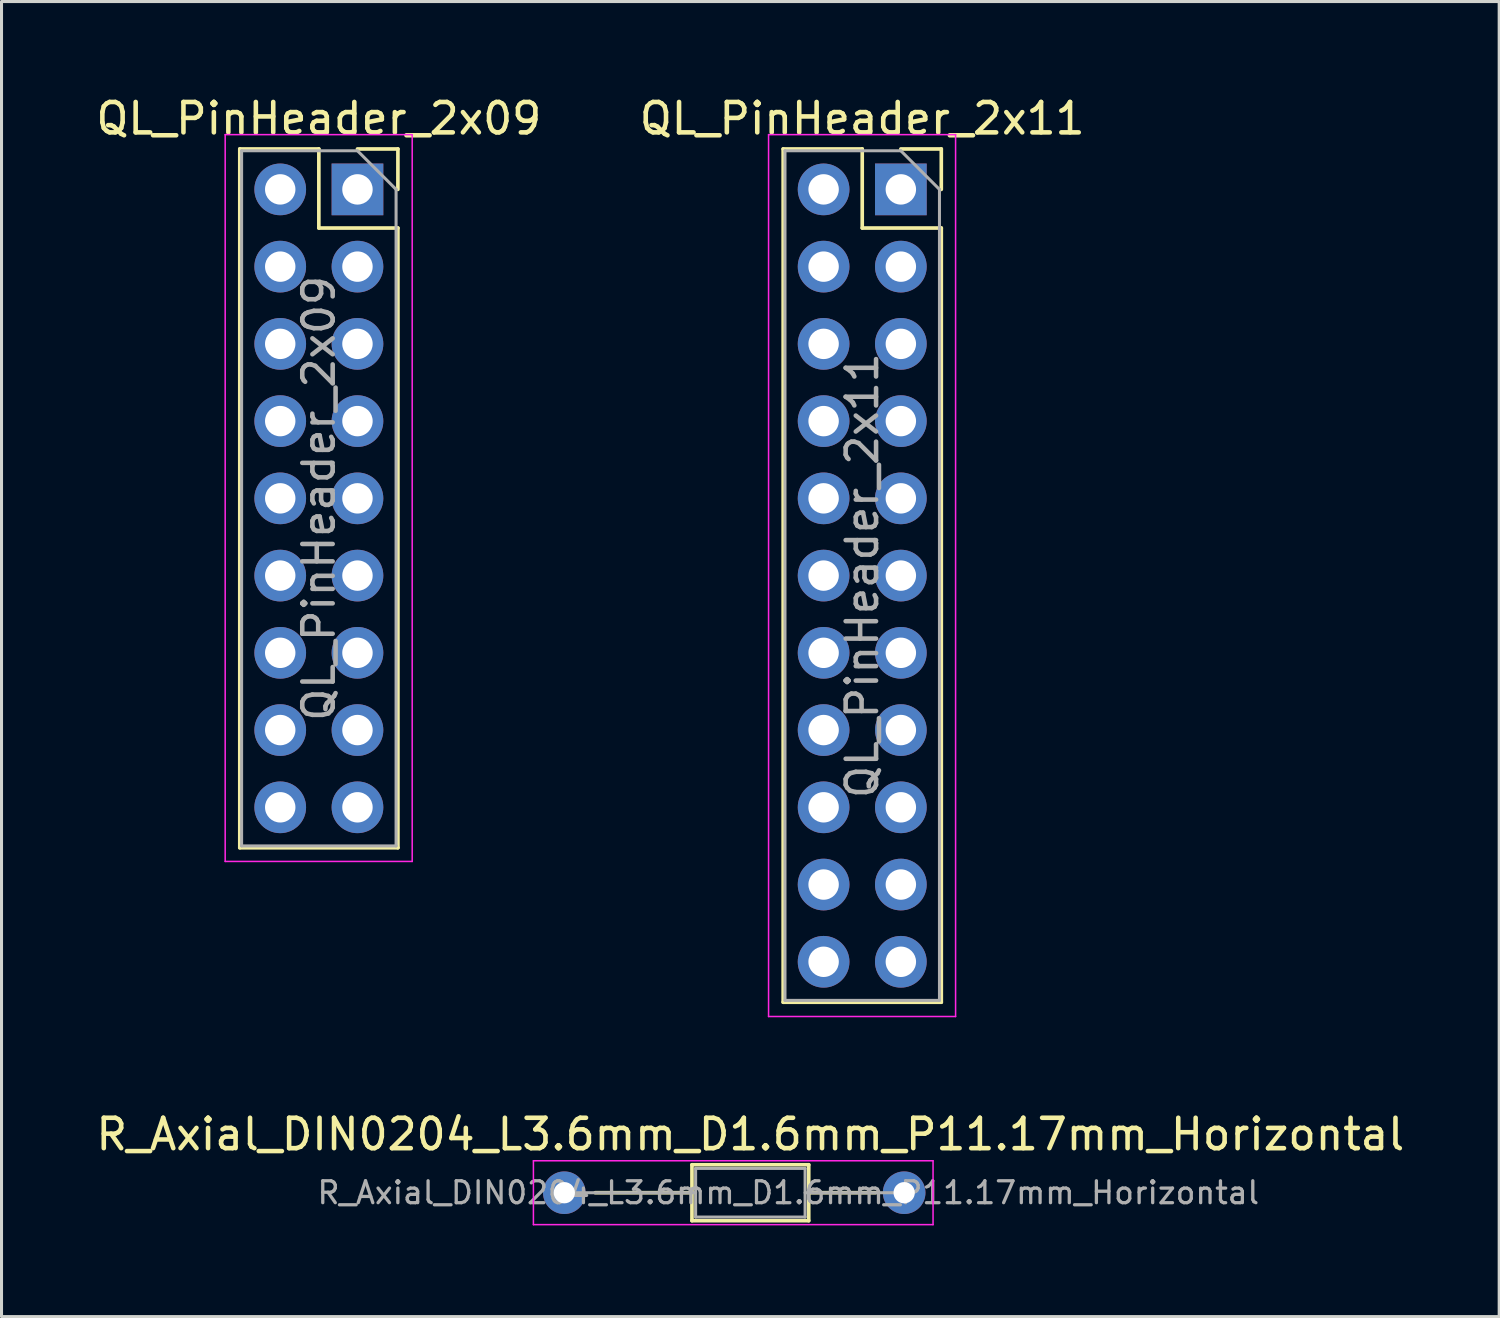
<source format=kicad_pcb>
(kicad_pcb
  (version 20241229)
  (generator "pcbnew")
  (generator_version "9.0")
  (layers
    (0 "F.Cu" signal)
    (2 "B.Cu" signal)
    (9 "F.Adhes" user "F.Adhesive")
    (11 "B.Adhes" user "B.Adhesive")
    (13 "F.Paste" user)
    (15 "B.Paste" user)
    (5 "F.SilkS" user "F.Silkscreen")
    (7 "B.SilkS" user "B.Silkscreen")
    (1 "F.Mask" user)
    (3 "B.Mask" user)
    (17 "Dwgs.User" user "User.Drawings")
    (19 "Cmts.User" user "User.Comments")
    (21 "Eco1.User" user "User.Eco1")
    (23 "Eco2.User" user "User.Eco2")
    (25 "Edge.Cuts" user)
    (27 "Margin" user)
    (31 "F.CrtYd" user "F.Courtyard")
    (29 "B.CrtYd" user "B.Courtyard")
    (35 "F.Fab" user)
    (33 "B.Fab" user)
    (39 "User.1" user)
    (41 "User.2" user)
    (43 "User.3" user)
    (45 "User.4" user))
  (footprint "R_Axial_DIN0204_L3.6mm_D1.6mm_P11.17mm_Horizontal"
    (layer "F.Cu")
    (at 19.063 36.172)
    (property "Reference" "R_Axial_DIN0204_L3.6mm_D1.6mm_P11.17mm_Horizontal" (at 2.562 -1.92 0) (layer "F.SilkS") (effects (font (size 1 1) (thickness 0.15))))
    (attr through_hole)
    (fp_line (start -2.54 0) (end 0.642 0) (stroke (width 0.12) (type solid)) (layer "F.SilkS"))
    (fp_line (start 0.642 -0.92) (end 0.642 0.92) (stroke (width 0.12) (type solid)) (layer "F.SilkS"))
    (fp_line (start 0.642 0.92) (end 4.482 0.92) (stroke (width 0.12) (type solid)) (layer "F.SilkS"))
    (fp_line (start 4.482 -0.92) (end 0.642 -0.92) (stroke (width 0.12) (type solid)) (layer "F.SilkS"))
    (fp_line (start 4.482 0.92) (end 4.482 -0.92) (stroke (width 0.12) (type solid)) (layer "F.SilkS"))
    (fp_line (start 6.68 0) (end 4.482 0) (stroke (width 0.12) (type solid)) (layer "F.SilkS"))
    (fp_line (start -4.572 -1.05) (end -4.572 1.05) (stroke (width 0.05) (type solid)) (layer "F.CrtYd"))
    (fp_line (start -4.572 1.05) (end 8.57 1.05) (stroke (width 0.05) (type solid)) (layer "F.CrtYd"))
    (fp_line (start 8.57 -1.05) (end -4.572 -1.05) (stroke (width 0.05) (type solid)) (layer "F.CrtYd"))
    (fp_line (start 8.57 1.05) (end 8.57 -1.05) (stroke (width 0.05) (type solid)) (layer "F.CrtYd"))
    (fp_line (start -3.556 0) (end 0.762 0) (stroke (width 0.1) (type solid)) (layer "F.Fab"))
    (fp_line (start 0.762 -0.8) (end 0.762 0.8) (stroke (width 0.1) (type solid)) (layer "F.Fab"))
    (fp_line (start 0.762 0.8) (end 4.362 0.8) (stroke (width 0.1) (type solid)) (layer "F.Fab"))
    (fp_line (start 4.362 -0.8) (end 0.762 -0.8) (stroke (width 0.1) (type solid)) (layer "F.Fab"))
    (fp_line (start 4.362 0.8) (end 4.362 -0.8) (stroke (width 0.1) (type solid)) (layer "F.Fab"))
    (fp_line (start 7.62 0) (end 4.362 0) (stroke (width 0.1) (type solid)) (layer "F.Fab"))
    (fp_text user "${REFERENCE}" (at 3.81 0 0) (layer "F.Fab") (effects (font (size 0.72 0.72) (thickness 0.108))))
    (pad "1" thru_hole circle (at -3.556 0) (size 1.4 1.4) (drill 0.7) (layers "*.Cu" "*.Mask"))
    (pad "2" thru_hole oval (at 7.62 0) (size 1.4 1.4) (drill 0.7) (layers "*.Cu" "*.Mask")))
  (footprint "QL_PinHeader_2x11"
    (layer "F.Cu")
    (at 26.574 3.178)
    (property "Reference" "QL_PinHeader_2x11" (at -1.27 -2.33 0) (layer "F.SilkS") (effects (font (size 1 1) (thickness 0.15))))
    (attr through_hole)
    (fp_line (start -3.87 -1.33) (end -3.87 26.73) (stroke (width 0.12) (type solid)) (layer "F.SilkS"))
    (fp_line (start -1.27 -1.33) (end -3.87 -1.33) (stroke (width 0.12) (type solid)) (layer "F.SilkS"))
    (fp_line (start -1.27 1.27) (end -1.27 -1.33) (stroke (width 0.12) (type solid)) (layer "F.SilkS"))
    (fp_line (start 1.33 -1.33) (end 0 -1.33) (stroke (width 0.12) (type solid)) (layer "F.SilkS"))
    (fp_line (start 1.33 0) (end 1.33 -1.33) (stroke (width 0.12) (type solid)) (layer "F.SilkS"))
    (fp_line (start 1.33 1.27) (end -1.27 1.27) (stroke (width 0.12) (type solid)) (layer "F.SilkS"))
    (fp_line (start 1.33 1.27) (end 1.33 26.73) (stroke (width 0.12) (type solid)) (layer "F.SilkS"))
    (fp_line (start 1.33 26.73) (end -3.87 26.73) (stroke (width 0.12) (type solid)) (layer "F.SilkS"))
    (fp_line (start -4.35 -1.8) (end 1.8 -1.8) (stroke (width 0.05) (type solid)) (layer "F.CrtYd"))
    (fp_line (start -4.35 27.2) (end -4.35 -1.8) (stroke (width 0.05) (type solid)) (layer "F.CrtYd"))
    (fp_line (start 1.8 -1.8) (end 1.8 27.2) (stroke (width 0.05) (type solid)) (layer "F.CrtYd"))
    (fp_line (start 1.8 27.2) (end -4.35 27.2) (stroke (width 0.05) (type solid)) (layer "F.CrtYd"))
    (fp_line (start -3.81 -1.27) (end -3.81 26.67) (stroke (width 0.1) (type solid)) (layer "F.Fab"))
    (fp_line (start -3.81 26.67) (end 1.27 26.67) (stroke (width 0.1) (type solid)) (layer "F.Fab"))
    (fp_line (start 0 -1.27) (end -3.81 -1.27) (stroke (width 0.1) (type solid)) (layer "F.Fab"))
    (fp_line (start 1.27 0) (end 0 -1.27) (stroke (width 0.1) (type solid)) (layer "F.Fab"))
    (fp_line (start 1.27 26.67) (end 1.27 0) (stroke (width 0.1) (type solid)) (layer "F.Fab"))
    (fp_text user "${REFERENCE}" (at -1.27 12.7 90) (layer "F.Fab") (effects (font (size 1 1) (thickness 0.15))))
    (pad "1" thru_hole oval (at -2.54 0) (size 1.7 1.7) (drill 1) (layers "*.Cu" "*.Mask"))
    (pad "1" thru_hole rect (at 0 0) (size 1.7 1.7) (drill 1) (layers "*.Cu" "*.Mask"))
    (pad "2" thru_hole oval (at -2.54 2.54) (size 1.7 1.7) (drill 1) (layers "*.Cu" "*.Mask"))
    (pad "2" thru_hole oval (at 0 2.54) (size 1.7 1.7) (drill 1) (layers "*.Cu" "*.Mask"))
    (pad "3" thru_hole oval (at -2.54 5.08) (size 1.7 1.7) (drill 1) (layers "*.Cu" "*.Mask"))
    (pad "3" thru_hole oval (at 0 5.08) (size 1.7 1.7) (drill 1) (layers "*.Cu" "*.Mask"))
    (pad "4" thru_hole oval (at -2.54 7.62) (size 1.7 1.7) (drill 1) (layers "*.Cu" "*.Mask"))
    (pad "4" thru_hole oval (at 0 7.62) (size 1.7 1.7) (drill 1) (layers "*.Cu" "*.Mask"))
    (pad "5" thru_hole oval (at -2.54 10.16) (size 1.7 1.7) (drill 1) (layers "*.Cu" "*.Mask"))
    (pad "5" thru_hole oval (at 0 10.16) (size 1.7 1.7) (drill 1) (layers "*.Cu" "*.Mask"))
    (pad "6" thru_hole oval (at -2.54 12.7) (size 1.7 1.7) (drill 1) (layers "*.Cu" "*.Mask"))
    (pad "6" thru_hole oval (at 0 12.7) (size 1.7 1.7) (drill 1) (layers "*.Cu" "*.Mask"))
    (pad "7" thru_hole oval (at -2.54 15.24) (size 1.7 1.7) (drill 1) (layers "*.Cu" "*.Mask"))
    (pad "7" thru_hole oval (at 0 15.24) (size 1.7 1.7) (drill 1) (layers "*.Cu" "*.Mask"))
    (pad "8" thru_hole oval (at -2.54 17.78) (size 1.7 1.7) (drill 1) (layers "*.Cu" "*.Mask"))
    (pad "8" thru_hole oval (at 0 17.78) (size 1.7 1.7) (drill 1) (layers "*.Cu" "*.Mask"))
    (pad "9" thru_hole oval (at -2.54 20.32) (size 1.7 1.7) (drill 1) (layers "*.Cu" "*.Mask"))
    (pad "9" thru_hole oval (at 0 20.32) (size 1.7 1.7) (drill 1) (layers "*.Cu" "*.Mask"))
    (pad "10" thru_hole oval (at -2.54 22.86) (size 1.7 1.7) (drill 1) (layers "*.Cu" "*.Mask"))
    (pad "10" thru_hole oval (at 0 22.86) (size 1.7 1.7) (drill 1) (layers "*.Cu" "*.Mask"))
    (pad "11" thru_hole oval (at -2.54 25.4) (size 1.7 1.7) (drill 1) (layers "*.Cu" "*.Mask"))
    (pad "11" thru_hole oval (at 0 25.4) (size 1.7 1.7) (drill 1) (layers "*.Cu" "*.Mask")))
  (footprint "QL_PinHeader_2x09"
    (layer "F.Cu")
    (at 8.645 4.508)
    (property "Reference" "QL_PinHeader_2x09" (at -1.21 -3.66 0) (layer "F.SilkS") (effects (font (size 1 1) (thickness 0.15))))
    (attr through_hole)
    (fp_line (start -3.81 -2.66) (end -3.81 20.32) (stroke (width 0.12) (type solid)) (layer "F.SilkS"))
    (fp_line (start -1.21 -2.66) (end -3.81 -2.66) (stroke (width 0.12) (type solid)) (layer "F.SilkS"))
    (fp_line (start -1.21 -0.06) (end -1.21 -2.66) (stroke (width 0.12) (type solid)) (layer "F.SilkS"))
    (fp_line (start 1.39 -2.66) (end 0.06 -2.66) (stroke (width 0.12) (type solid)) (layer "F.SilkS"))
    (fp_line (start 1.39 -1.33) (end 1.39 -2.66) (stroke (width 0.12) (type solid)) (layer "F.SilkS"))
    (fp_line (start 1.39 -0.06) (end -1.21 -0.06) (stroke (width 0.12) (type solid)) (layer "F.SilkS"))
    (fp_line (start 1.39 -0.06) (end 1.39 20.32) (stroke (width 0.12) (type solid)) (layer "F.SilkS"))
    (fp_line (start 1.39 20.32) (end -3.81 20.32) (stroke (width 0.12) (type solid)) (layer "F.SilkS"))
    (fp_line (start -4.29 -3.13) (end 1.86 -3.13) (stroke (width 0.05) (type solid)) (layer "F.CrtYd"))
    (fp_line (start -4.29 20.77) (end -4.29 -3.13) (stroke (width 0.05) (type solid)) (layer "F.CrtYd"))
    (fp_line (start 1.86 -3.13) (end 1.86 20.77) (stroke (width 0.05) (type solid)) (layer "F.CrtYd"))
    (fp_line (start 1.86 20.77) (end -4.29 20.77) (stroke (width 0.05) (type solid)) (layer "F.CrtYd"))
    (fp_line (start -3.75 -2.6) (end -3.75 20.26) (stroke (width 0.1) (type solid)) (layer "F.Fab"))
    (fp_line (start -3.75 20.26) (end 1.33 20.26) (stroke (width 0.1) (type solid)) (layer "F.Fab"))
    (fp_line (start 0.06 -2.6) (end -3.75 -2.6) (stroke (width 0.1) (type solid)) (layer "F.Fab"))
    (fp_line (start 1.33 -1.33) (end 0.06 -2.6) (stroke (width 0.1) (type solid)) (layer "F.Fab"))
    (fp_line (start 1.33 20.26) (end 1.33 -1.33) (stroke (width 0.1) (type solid)) (layer "F.Fab"))
    (fp_text user "${REFERENCE}" (at -1.21 8.83 90) (layer "F.Fab") (effects (font (size 1 1) (thickness 0.15))))
    (pad "1" thru_hole oval (at -2.48 -1.33) (size 1.7 1.7) (drill 1) (layers "*.Cu" "*.Mask"))
    (pad "1" thru_hole rect (at 0.06 -1.33) (size 1.7 1.7) (drill 1) (layers "*.Cu" "*.Mask"))
    (pad "2" thru_hole oval (at -2.48 1.21) (size 1.7 1.7) (drill 1) (layers "*.Cu" "*.Mask"))
    (pad "2" thru_hole oval (at 0.06 1.21) (size 1.7 1.7) (drill 1) (layers "*.Cu" "*.Mask"))
    (pad "3" thru_hole oval (at -2.48 3.75) (size 1.7 1.7) (drill 1) (layers "*.Cu" "*.Mask"))
    (pad "3" thru_hole oval (at 0.06 3.75) (size 1.7 1.7) (drill 1) (layers "*.Cu" "*.Mask"))
    (pad "4" thru_hole oval (at -2.48 6.29) (size 1.7 1.7) (drill 1) (layers "*.Cu" "*.Mask"))
    (pad "4" thru_hole oval (at 0.06 6.29) (size 1.7 1.7) (drill 1) (layers "*.Cu" "*.Mask"))
    (pad "5" thru_hole oval (at -2.48 8.83) (size 1.7 1.7) (drill 1) (layers "*.Cu" "*.Mask"))
    (pad "5" thru_hole oval (at 0.06 8.83) (size 1.7 1.7) (drill 1) (layers "*.Cu" "*.Mask"))
    (pad "6" thru_hole oval (at -2.48 11.37) (size 1.7 1.7) (drill 1) (layers "*.Cu" "*.Mask"))
    (pad "6" thru_hole oval (at 0.06 11.37) (size 1.7 1.7) (drill 1) (layers "*.Cu" "*.Mask"))
    (pad "7" thru_hole oval (at -2.48 13.91) (size 1.7 1.7) (drill 1) (layers "*.Cu" "*.Mask"))
    (pad "7" thru_hole oval (at 0.06 13.91) (size 1.7 1.7) (drill 1) (layers "*.Cu" "*.Mask"))
    (pad "8" thru_hole oval (at -2.48 16.45) (size 1.7 1.7) (drill 1) (layers "*.Cu" "*.Mask"))
    (pad "8" thru_hole oval (at 0.06 16.45) (size 1.7 1.7) (drill 1) (layers "*.Cu" "*.Mask"))
    (pad "9" thru_hole oval (at -2.48 18.99) (size 1.7 1.7) (drill 1) (layers "*.Cu" "*.Mask"))
    (pad "9" thru_hole oval (at 0.06 18.99) (size 1.7 1.7) (drill 1) (layers "*.Cu" "*.Mask")))
  (gr_rect
    (start -3 -3)
    (end 46.25 40.246)
    (stroke (width 0.1) (type default))
    (fill no)
    (layer "Edge.Cuts")))
</source>
